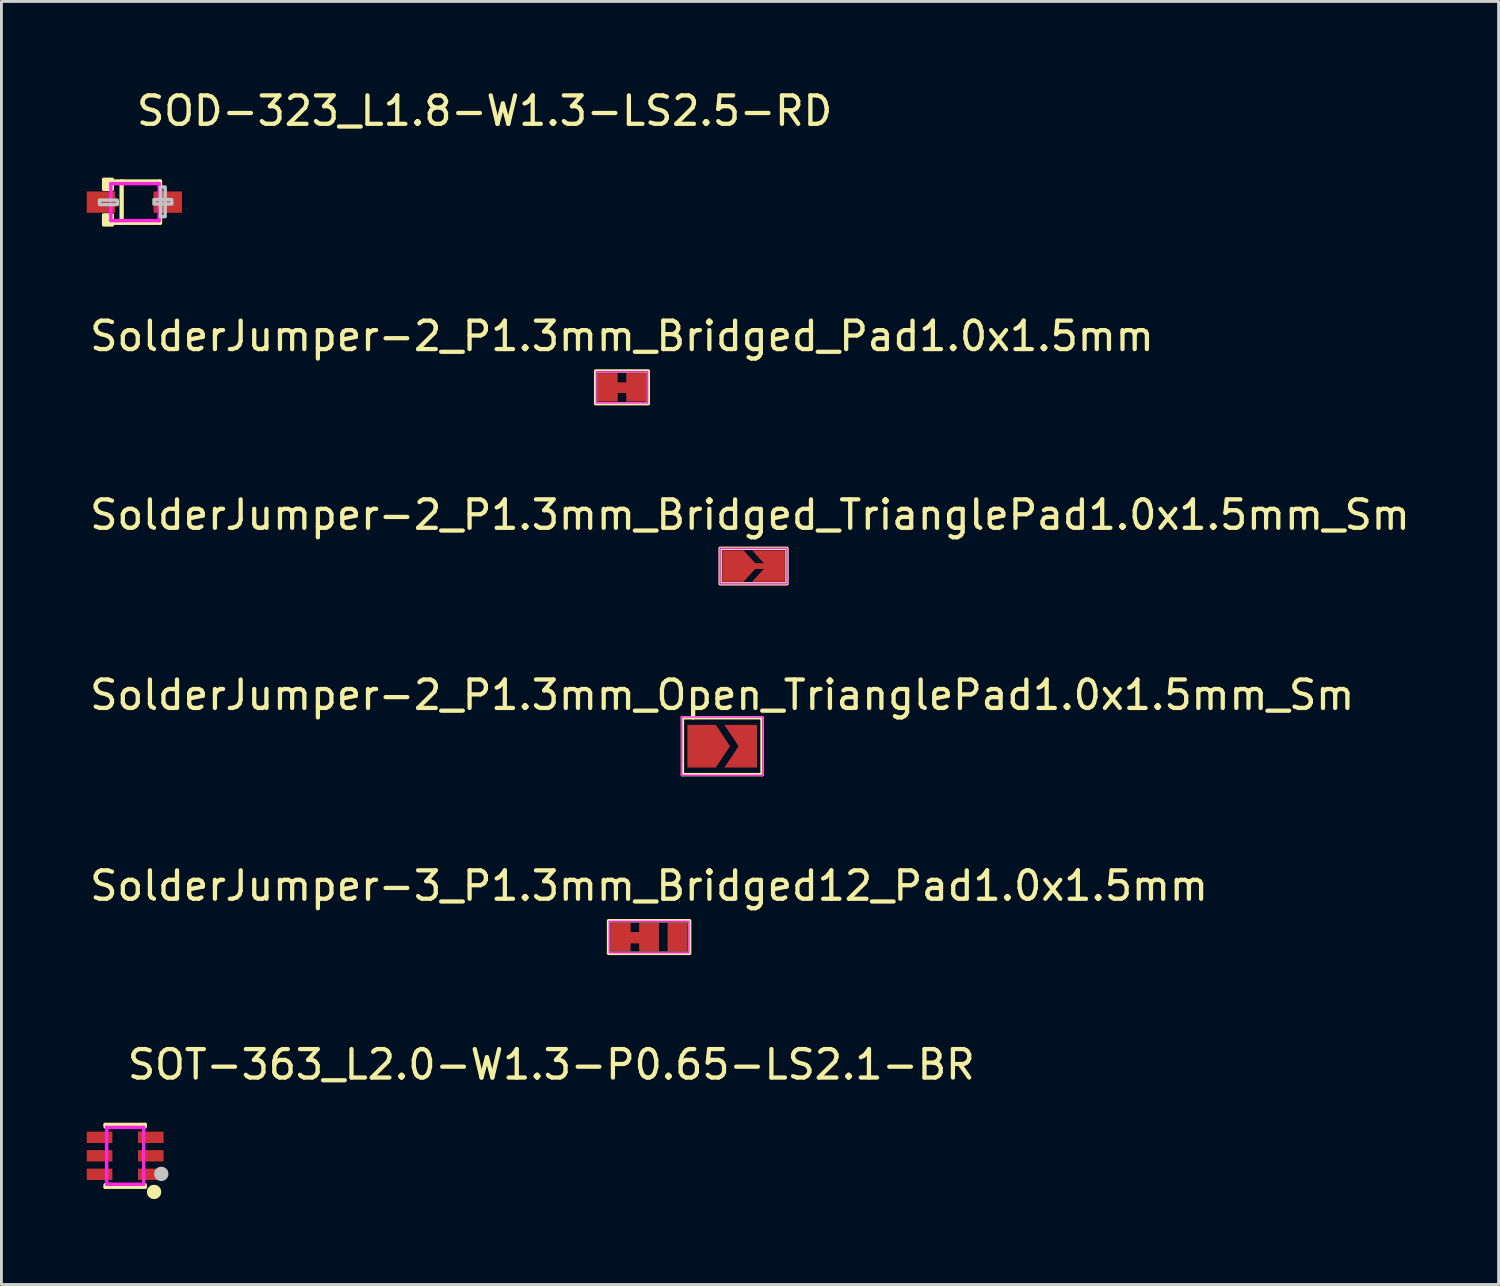
<source format=kicad_pcb>
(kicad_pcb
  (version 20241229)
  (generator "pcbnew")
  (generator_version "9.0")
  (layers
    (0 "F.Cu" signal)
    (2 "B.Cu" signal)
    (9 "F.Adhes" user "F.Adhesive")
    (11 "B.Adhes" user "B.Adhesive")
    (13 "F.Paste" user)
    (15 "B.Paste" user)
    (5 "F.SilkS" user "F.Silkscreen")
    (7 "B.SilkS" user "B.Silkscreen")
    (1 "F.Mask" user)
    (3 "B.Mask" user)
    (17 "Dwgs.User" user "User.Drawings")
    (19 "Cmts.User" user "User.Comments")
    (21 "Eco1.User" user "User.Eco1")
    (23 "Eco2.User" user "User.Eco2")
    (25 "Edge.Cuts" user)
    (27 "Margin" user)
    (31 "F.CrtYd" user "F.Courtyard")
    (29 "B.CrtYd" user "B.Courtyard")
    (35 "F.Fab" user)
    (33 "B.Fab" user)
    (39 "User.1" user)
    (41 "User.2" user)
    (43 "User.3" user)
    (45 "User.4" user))
  (footprint "SolderJumper-3_P1.3mm_Bridged12_Pad1.0x1.5mm"
    (layer "F.Cu")
    (at 19.768 29.89)
    (property "Reference" "SolderJumper-3_P1.3mm_Bridged12_Pad1.0x1.5mm" (at 0 -1.8 0) (layer "F.SilkS") (effects (font (size 1 1) (thickness 0.15))))
    (attr exclude_from_pos_files exclude_from_bom)
    (fp_poly (pts (xy -0.75 -0.175) (xy -0.25 -0.175) (xy -0.25 0.225) (xy -0.75 0.225)) (stroke (width 0) (type solid)) (fill yes) (layer "F.Cu"))
    (fp_rect (start -1.425 -0.575) (end 1.425 0.575) (stroke (width 0.12) (type default)) (fill no) (layer "F.SilkS"))
    (fp_rect (start -1.4 -0.55) (end 1.4 0.55) (stroke (width 0.05) (type default)) (fill no) (layer "F.CrtYd"))
    (pad "1" smd rect (at -1 0) (size 0.7 1) (layers "F.Cu" "F.Mask"))
    (pad "2" smd rect (at 0 0) (size 0.7 1) (layers "F.Cu" "F.Mask"))
    (pad "3" smd rect (at 1 0) (size 0.7 1) (layers "F.Cu" "F.Mask")))
  (footprint "SolderJumper-2_P1.3mm_Open_TrianglePad1.0x1.5mm_Sm"
    (layer "F.Cu")
    (at 22.339 23.182)
    (property "Reference" "SolderJumper-2_P1.3mm_Open_TrianglePad1.0x1.5mm_Sm" (at 0 -1.8 0) (layer "F.SilkS") (effects (font (size 1 1) (thickness 0.15))))
    (attr exclude_from_pos_files exclude_from_bom)
    (fp_line (start -1.4 -1) (end 1.4 -1) (stroke (width 0.12) (type solid)) (layer "F.SilkS"))
    (fp_line (start -1.4 1) (end -1.4 -1) (stroke (width 0.12) (type solid)) (layer "F.SilkS"))
    (fp_line (start 1.4 -1) (end 1.4 1) (stroke (width 0.12) (type solid)) (layer "F.SilkS"))
    (fp_line (start 1.4 1) (end -1.4 1) (stroke (width 0.12) (type solid)) (layer "F.SilkS"))
    (fp_rect (start -1.425 -1.025) (end 1.425 1.025) (stroke (width 0.05) (type default)) (fill no) (layer "F.CrtYd"))
    (pad "1" smd custom (at -0.725 0) (size 0.3 0.3) (layers "F.Cu" "F.Mask") (options (anchor rect)) (primitives (gr_poly (pts (xy 1 0) (xy 0.5 0.75) (xy -0.5 0.75) (xy -0.5 -0.75) (xy 0.5 -0.75)) (width 0) (fill yes))))
    (pad "2" smd custom (at 0.725 0) (size 0.3 0.3) (layers "F.Cu" "F.Mask") (options (anchor rect)) (primitives (gr_poly (pts (xy 0.5 0.75) (xy -0.65 0.75) (xy -0.15 0) (xy -0.65 -0.75) (xy 0.5 -0.75)) (width 0) (fill yes)))))
  (footprint "SOD-323_L1.8-W1.3-LS2.5-RD"
    (layer "F.Cu")
    (at 1.673 4.055)
    (property "Reference" "SOD-323_L1.8-W1.3-LS2.5-RD" (at 0 -3.207 0) (layer "F.SilkS") (effects (font (size 1 1) (thickness 0.15)) (justify left)))
    (attr through_hole)
    (fp_line (start -0.851 -0.726) (end 0.901 -0.726) (stroke (width 0.152) (type solid)) (layer "F.SilkS"))
    (fp_line (start -0.851 0.726) (end 0.901 0.726) (stroke (width 0.152) (type solid)) (layer "F.SilkS"))
    (fp_line (start -0.447 -0.726) (end -0.447 0.726) (stroke (width 0.152) (type solid)) (layer "F.SilkS"))
    (fp_line (start 0.901 -0.726) (end 0.901 -0.53) (stroke (width 0.152) (type solid)) (layer "F.SilkS"))
    (fp_line (start 0.901 0.726) (end 0.901 0.52) (stroke (width 0.152) (type solid)) (layer "F.SilkS"))
    (fp_poly (pts (xy -0.775 -0.802) (xy -0.775 -0.45) (xy -1.08 -0.45) (xy -1.08 -0.802)) (stroke (width 0.12) (type solid)) (fill yes) (layer "F.SilkS"))
    (fp_poly (pts (xy -0.775 0.802) (xy -0.775 0.45) (xy -1.08 0.45) (xy -1.08 0.802)) (stroke (width 0.12) (type solid)) (fill yes) (layer "F.SilkS"))
    (fp_poly (pts (xy -1.225 -0.07) (xy -1.225 0.086) (xy -0.601 0.086) (xy -0.601 -0.07)) (stroke (width 0.12) (type solid)) (fill no) (layer "Dwgs.User"))
    (fp_poly (pts (xy 1.083 -0.53) (xy 1.083 0.51) (xy 0.927 0.51) (xy 0.927 -0.53)) (stroke (width 0.12) (type solid)) (fill no) (layer "Dwgs.User"))
    (fp_poly (pts (xy 1.315 -0.09) (xy 1.315 0.066) (xy 0.691 0.066) (xy 0.691 -0.09)) (stroke (width 0.12) (type solid)) (fill no) (layer "Dwgs.User"))
    (fp_line (start -0.935 -0.16) (end -0.815 -0.16) (stroke (width 0.12) (type solid)) (layer "Eco2.User"))
    (fp_line (start -0.935 0.16) (end -0.935 -0.16) (stroke (width 0.12) (type solid)) (layer "Eco2.User"))
    (fp_line (start -0.815 -0.16) (end -0.815 0.16) (stroke (width 0.12) (type solid)) (layer "Eco2.User"))
    (fp_line (start -0.815 0.16) (end -0.935 0.16) (stroke (width 0.12) (type solid)) (layer "Eco2.User"))
    (fp_line (start 0.865 -0.16) (end 0.985 -0.16) (stroke (width 0.12) (type solid)) (layer "Eco2.User"))
    (fp_line (start 0.865 0.16) (end 0.865 -0.16) (stroke (width 0.12) (type solid)) (layer "Eco2.User"))
    (fp_line (start 0.985 -0.16) (end 0.985 0.16) (stroke (width 0.12) (type solid)) (layer "Eco2.User"))
    (fp_line (start 0.985 0.16) (end 0.865 0.16) (stroke (width 0.12) (type solid)) (layer "Eco2.User"))
    (fp_circle (center -1.225 0.65) (end -1.195 0.65) (stroke (width 0.06) (type solid)) (fill no) (layer "Eco2.User"))
    (fp_poly (pts (xy -0.925 -0.16) (xy -0.925 0.16) (xy -1.225 0.16) (xy -1.225 -0.16)) (stroke (width 0.12) (type solid)) (fill no) (layer "Eco2.User"))
    (fp_poly (pts (xy 1.275 -0.16) (xy 1.275 0.16) (xy 0.975 0.16) (xy 0.975 -0.16)) (stroke (width 0.12) (type solid)) (fill no) (layer "Eco2.User"))
    (fp_line (start -0.825 -0.65) (end 0.875 -0.65) (stroke (width 0.12) (type solid)) (layer "F.CrtYd"))
    (fp_line (start -0.825 0.65) (end -0.825 -0.65) (stroke (width 0.12) (type solid)) (layer "F.CrtYd"))
    (fp_line (start 0.875 -0.65) (end 0.875 0.65) (stroke (width 0.12) (type solid)) (layer "F.CrtYd"))
    (fp_line (start 0.875 0.65) (end -0.825 0.65) (stroke (width 0.12) (type solid)) (layer "F.CrtYd"))
    (pad "1" smd rect (at -1.173 0) (size 1 0.75) (layers "F.Cu" "F.Mask" "F.Paste"))
    (pad "2" smd rect (at 1.173 0) (size 1 0.75) (layers "F.Cu" "F.Mask" "F.Paste")))
  (footprint "SOT-363_L2.0-W1.3-P0.65-LS2.1-BR"
    (layer "F.Cu")
    (at 1.35 37.581)
    (property "Reference" "SOT-363_L2.0-W1.3-P0.65-LS2.1-BR" (at 0 -3.207 0) (layer "F.SilkS") (effects (font (size 1 1) (thickness 0.15)) (justify left)))
    (attr through_hole)
    (fp_line (start -0.7 -1.018) (end -0.7 -1.1) (stroke (width 0.127) (type solid)) (layer "F.SilkS"))
    (fp_line (start -0.7 1.1) (end -0.7 1.018) (stroke (width 0.127) (type solid)) (layer "F.SilkS"))
    (fp_line (start 0.7 -1.1) (end -0.7 -1.1) (stroke (width 0.127) (type solid)) (layer "F.SilkS"))
    (fp_line (start 0.7 -1.018) (end 0.7 -1.1) (stroke (width 0.127) (type solid)) (layer "F.SilkS"))
    (fp_line (start 0.7 1.1) (end -0.7 1.1) (stroke (width 0.127) (type solid)) (layer "F.SilkS"))
    (fp_line (start 0.7 1.1) (end 0.7 1.018) (stroke (width 0.127) (type solid)) (layer "F.SilkS"))
    (fp_circle (center 1.016 1.27) (end 1.143 1.27) (stroke (width 0.254) (type solid)) (fill no) (layer "F.SilkS"))
    (fp_circle (center 1.27 0.635) (end 1.397 0.635) (stroke (width 0.254) (type solid)) (fill no) (layer "Dwgs.User"))
    (fp_line (start -0.764 -0.775) (end -0.644 -0.775) (stroke (width 0.12) (type solid)) (layer "Eco2.User"))
    (fp_line (start -0.764 -0.526) (end -0.764 -0.775) (stroke (width 0.12) (type solid)) (layer "Eco2.User"))
    (fp_line (start -0.764 -0.125) (end -0.644 -0.125) (stroke (width 0.12) (type solid)) (layer "Eco2.User"))
    (fp_line (start -0.764 0.124) (end -0.764 -0.125) (stroke (width 0.12) (type solid)) (layer "Eco2.User"))
    (fp_line (start -0.764 0.525) (end -0.644 0.525) (stroke (width 0.12) (type solid)) (layer "Eco2.User"))
    (fp_line (start -0.764 0.774) (end -0.764 0.525) (stroke (width 0.12) (type solid)) (layer "Eco2.User"))
    (fp_line (start -0.644 -0.775) (end -0.644 -0.526) (stroke (width 0.12) (type solid)) (layer "Eco2.User"))
    (fp_line (start -0.644 -0.526) (end -0.764 -0.526) (stroke (width 0.12) (type solid)) (layer "Eco2.User"))
    (fp_line (start -0.644 -0.125) (end -0.644 0.124) (stroke (width 0.12) (type solid)) (layer "Eco2.User"))
    (fp_line (start -0.644 0.124) (end -0.764 0.124) (stroke (width 0.12) (type solid)) (layer "Eco2.User"))
    (fp_line (start -0.644 0.525) (end -0.644 0.774) (stroke (width 0.12) (type solid)) (layer "Eco2.User"))
    (fp_line (start -0.644 0.774) (end -0.764 0.774) (stroke (width 0.12) (type solid)) (layer "Eco2.User"))
    (fp_line (start 0.644 -0.774) (end 0.764 -0.774) (stroke (width 0.12) (type solid)) (layer "Eco2.User"))
    (fp_line (start 0.644 -0.525) (end 0.644 -0.774) (stroke (width 0.12) (type solid)) (layer "Eco2.User"))
    (fp_line (start 0.644 -0.125) (end 0.764 -0.124) (stroke (width 0.12) (type solid)) (layer "Eco2.User"))
    (fp_line (start 0.644 0.125) (end 0.644 -0.125) (stroke (width 0.12) (type solid)) (layer "Eco2.User"))
    (fp_line (start 0.644 0.525) (end 0.764 0.526) (stroke (width 0.12) (type solid)) (layer "Eco2.User"))
    (fp_line (start 0.644 0.775) (end 0.644 0.525) (stroke (width 0.12) (type solid)) (layer "Eco2.User"))
    (fp_line (start 0.764 -0.774) (end 0.764 -0.525) (stroke (width 0.12) (type solid)) (layer "Eco2.User"))
    (fp_line (start 0.764 -0.525) (end 0.644 -0.525) (stroke (width 0.12) (type solid)) (layer "Eco2.User"))
    (fp_line (start 0.764 -0.124) (end 0.764 0.125) (stroke (width 0.12) (type solid)) (layer "Eco2.User"))
    (fp_line (start 0.764 0.125) (end 0.644 0.125) (stroke (width 0.12) (type solid)) (layer "Eco2.User"))
    (fp_line (start 0.764 0.526) (end 0.764 0.775) (stroke (width 0.12) (type solid)) (layer "Eco2.User"))
    (fp_line (start 0.764 0.775) (end 0.644 0.775) (stroke (width 0.12) (type solid)) (layer "Eco2.User"))
    (fp_circle (center 1.032 0.97) (end 1.062 0.97) (stroke (width 0.06) (type solid)) (fill no) (layer "Eco2.User"))
    (fp_poly (pts (xy -0.762 -0.525) (xy -1.062 -0.525) (xy -1.062 -0.775) (xy -0.762 -0.775)) (stroke (width 0.12) (type solid)) (fill no) (layer "Eco2.User"))
    (fp_poly (pts (xy -0.762 0.125) (xy -1.062 0.125) (xy -1.062 -0.125) (xy -0.762 -0.125)) (stroke (width 0.12) (type solid)) (fill no) (layer "Eco2.User"))
    (fp_poly (pts (xy -0.762 0.775) (xy -1.062 0.775) (xy -1.062 0.525) (xy -0.762 0.525)) (stroke (width 0.12) (type solid)) (fill no) (layer "Eco2.User"))
    (fp_poly (pts (xy 0.762 -0.775) (xy 1.062 -0.775) (xy 1.062 -0.525) (xy 0.762 -0.525)) (stroke (width 0.12) (type solid)) (fill no) (layer "Eco2.User"))
    (fp_poly (pts (xy 0.762 -0.125) (xy 1.062 -0.125) (xy 1.062 0.125) (xy 0.762 0.125)) (stroke (width 0.12) (type solid)) (fill no) (layer "Eco2.User"))
    (fp_poly (pts (xy 0.762 0.525) (xy 1.062 0.525) (xy 1.062 0.775) (xy 0.762 0.775)) (stroke (width 0.12) (type solid)) (fill no) (layer "Eco2.User"))
    (fp_line (start -0.65 -1) (end 0.65 -1) (stroke (width 0.12) (type solid)) (layer "F.CrtYd"))
    (fp_line (start -0.65 1) (end -0.65 -1) (stroke (width 0.12) (type solid)) (layer "F.CrtYd"))
    (fp_line (start 0.65 -1) (end 0.65 1) (stroke (width 0.12) (type solid)) (layer "F.CrtYd"))
    (fp_line (start 0.65 1) (end -0.65 1) (stroke (width 0.12) (type solid)) (layer "F.CrtYd"))
    (pad "1" smd rect (at 0.9 0.65 90) (size 0.4 0.9) (layers "F.Cu" "F.Mask" "F.Paste"))
    (pad "2" smd rect (at 0.9 0 90) (size 0.4 0.9) (layers "F.Cu" "F.Mask" "F.Paste"))
    (pad "3" smd rect (at 0.9 -0.65 90) (size 0.4 0.9) (layers "F.Cu" "F.Mask" "F.Paste"))
    (pad "4" smd rect (at -0.9 -0.65 90) (size 0.4 0.9) (layers "F.Cu" "F.Mask" "F.Paste"))
    (pad "5" smd rect (at -0.9 0 90) (size 0.4 0.9) (layers "F.Cu" "F.Mask" "F.Paste"))
    (pad "6" smd rect (at -0.9 0.65 90) (size 0.4 0.9) (layers "F.Cu" "F.Mask" "F.Paste")))
  (footprint "SolderJumper-2_P1.3mm_Bridged_Pad1.0x1.5mm"
    (layer "F.Cu")
    (at 18.815 10.566)
    (property "Reference" "SolderJumper-2_P1.3mm_Bridged_Pad1.0x1.5mm" (at 0 -1.8 0) (layer "F.SilkS") (effects (font (size 1 1) (thickness 0.15))))
    (attr exclude_from_pos_files exclude_from_bom)
    (fp_poly (pts (xy -0.175 -0.175) (xy 0.175 -0.175) (xy 0.175 0.2) (xy -0.175 0.2)) (stroke (width 0) (type solid)) (fill yes) (layer "F.Cu"))
    (fp_rect (start -0.925 -0.575) (end 0.925 0.575) (stroke (width 0.12) (type default)) (fill no) (layer "F.SilkS"))
    (fp_rect (start -0.9 -0.55) (end 0.9 0.55) (stroke (width 0.05) (type default)) (fill no) (layer "F.CrtYd"))
    (pad "1" smd rect (at -0.5 0) (size 0.7 1) (layers "F.Cu" "F.Mask"))
    (pad "2" smd rect (at 0.5 0) (size 0.7 1) (layers "F.Cu" "F.Mask")))
  (footprint "SolderJumper-2_P1.3mm_Bridged_TrianglePad1.0x1.5mm_Sm"
    (layer "F.Cu")
    (at 23.315 16.849)
    (property "Reference" "SolderJumper-2_P1.3mm_Bridged_TrianglePad1.0x1.5mm_Sm" (at 0 -1.8 0) (layer "F.SilkS") (effects (font (size 1 1) (thickness 0.15))))
    (attr exclude_from_pos_files exclude_from_bom)
    (fp_line (start -0.55 0) (end 0.825 0) (stroke (width 0.2) (type default)) (layer "F.Cu"))
    (fp_rect (start -1.05 -0.625) (end 1.3 0.625) (stroke (width 0.12) (type default)) (fill no) (layer "F.SilkS"))
    (fp_rect (start -1.05 -0.625) (end 1.3 0.625) (stroke (width 0.05) (type default)) (fill no) (layer "F.CrtYd"))
    (pad "1" smd custom (at -0.725 0) (size 0.2 0.2) (layers "F.Cu" "F.Mask") (options (anchor rect)) (primitives (gr_poly (pts (xy 1 0) (xy 0.5 0.55) (xy -0.25 0.55) (xy -0.25 -0.55) (xy 0.5 -0.55)) (width 0) (fill yes))))
    (pad "2" smd custom (at 0.725 0) (size 0.3 0.3) (layers "F.Cu" "F.Mask") (options (anchor rect)) (primitives (gr_poly (pts (xy 0.5 0.55) (xy -0.65 0.55) (xy -0.15 0) (xy -0.65 -0.55) (xy 0.5 -0.55)) (width 0) (fill yes)))))
  (gr_rect
    (start -3 -3)
    (end 49.631 42.105)
    (stroke (width 0.1) (type default))
    (fill no)
    (layer "Edge.Cuts")))
</source>
